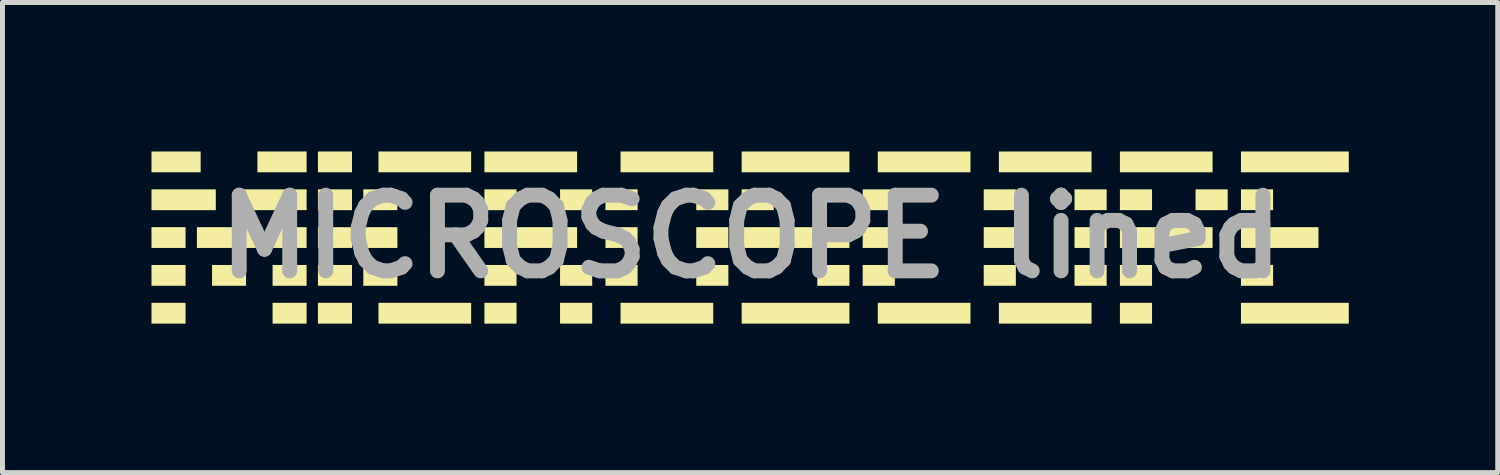
<source format=kicad_pcb>
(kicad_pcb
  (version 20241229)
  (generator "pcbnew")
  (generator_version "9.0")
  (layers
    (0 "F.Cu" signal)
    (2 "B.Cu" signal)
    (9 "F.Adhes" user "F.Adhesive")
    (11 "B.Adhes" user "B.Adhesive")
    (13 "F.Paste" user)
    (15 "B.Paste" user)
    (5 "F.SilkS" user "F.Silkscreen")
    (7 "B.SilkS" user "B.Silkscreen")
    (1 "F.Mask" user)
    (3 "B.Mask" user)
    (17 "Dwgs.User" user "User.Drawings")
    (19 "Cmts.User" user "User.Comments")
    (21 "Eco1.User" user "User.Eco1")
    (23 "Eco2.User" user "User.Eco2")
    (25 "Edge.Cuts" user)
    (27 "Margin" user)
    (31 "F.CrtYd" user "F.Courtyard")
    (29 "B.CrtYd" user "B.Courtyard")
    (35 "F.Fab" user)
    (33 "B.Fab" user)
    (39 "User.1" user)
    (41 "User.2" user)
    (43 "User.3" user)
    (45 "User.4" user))
  (footprint "MICROSCOPE lined"
    (layer "F.Cu")
    (at 12.072 1.714)
    (property "Reference" "MICROSCOPE lined" (at 0 0 0) (layer "F.Fab") (effects (font (size 1.524 1.524) (thickness 0.3))))
    (attr board_only exclude_from_pos_files exclude_from_bom)
    (fp_poly (pts (xy -11.386 0.228) (xy -12.072 0.228) (xy -12.072 -0.19) (xy -11.386 -0.19)) (stroke (width 0) (type solid)) (fill yes) (layer "F.SilkS"))
    (fp_poly (pts (xy -11.386 0.99) (xy -12.072 0.99) (xy -12.072 0.571) (xy -11.386 0.571)) (stroke (width 0) (type solid)) (fill yes) (layer "F.SilkS"))
    (fp_poly (pts (xy -11.386 1.752) (xy -12.072 1.752) (xy -12.072 1.333) (xy -11.386 1.333)) (stroke (width 0) (type solid)) (fill yes) (layer "F.SilkS"))
    (fp_poly (pts (xy -11.082 -1.295) (xy -12.072 -1.295) (xy -12.072 -1.714) (xy -11.082 -1.714)) (stroke (width 0) (type solid)) (fill yes) (layer "F.SilkS"))
    (fp_poly (pts (xy -10.777 -0.533) (xy -12.072 -0.533) (xy -12.072 -0.952) (xy -10.777 -0.952)) (stroke (width 0) (type solid)) (fill yes) (layer "F.SilkS"))
    (fp_poly (pts (xy -10.168 0.99) (xy -10.853 0.99) (xy -10.853 0.571) (xy -10.168 0.571)) (stroke (width 0) (type solid)) (fill yes) (layer "F.SilkS"))
    (fp_poly (pts (xy -9.863 0.228) (xy -11.158 0.228) (xy -11.158 -0.19) (xy -9.863 -0.19)) (stroke (width 0) (type solid)) (fill yes) (layer "F.SilkS"))
    (fp_poly (pts (xy -8.949 -1.295) (xy -9.939 -1.295) (xy -9.939 -1.714) (xy -8.949 -1.714)) (stroke (width 0) (type solid)) (fill yes) (layer "F.SilkS"))
    (fp_poly (pts (xy -8.949 -0.533) (xy -10.244 -0.533) (xy -10.244 -0.952) (xy -8.949 -0.952)) (stroke (width 0) (type solid)) (fill yes) (layer "F.SilkS"))
    (fp_poly (pts (xy -8.949 0.228) (xy -9.634 0.228) (xy -9.634 -0.19) (xy -8.949 -0.19)) (stroke (width 0) (type solid)) (fill yes) (layer "F.SilkS"))
    (fp_poly (pts (xy -8.949 0.99) (xy -9.634 0.99) (xy -9.634 0.571) (xy -8.949 0.571)) (stroke (width 0) (type solid)) (fill yes) (layer "F.SilkS"))
    (fp_poly (pts (xy -8.949 1.752) (xy -9.634 1.752) (xy -9.634 1.333) (xy -8.949 1.333)) (stroke (width 0) (type solid)) (fill yes) (layer "F.SilkS"))
    (fp_poly (pts (xy -8.035 -1.295) (xy -8.721 -1.295) (xy -8.721 -1.714) (xy -8.035 -1.714)) (stroke (width 0) (type solid)) (fill yes) (layer "F.SilkS"))
    (fp_poly (pts (xy -8.035 -0.533) (xy -8.721 -0.533) (xy -8.721 -0.952) (xy -8.035 -0.952)) (stroke (width 0) (type solid)) (fill yes) (layer "F.SilkS"))
    (fp_poly (pts (xy -8.035 0.228) (xy -8.721 0.228) (xy -8.721 -0.19) (xy -8.035 -0.19)) (stroke (width 0) (type solid)) (fill yes) (layer "F.SilkS"))
    (fp_poly (pts (xy -8.035 0.99) (xy -8.721 0.99) (xy -8.721 0.571) (xy -8.035 0.571)) (stroke (width 0) (type solid)) (fill yes) (layer "F.SilkS"))
    (fp_poly (pts (xy -8.035 1.752) (xy -8.721 1.752) (xy -8.721 1.333) (xy -8.035 1.333)) (stroke (width 0) (type solid)) (fill yes) (layer "F.SilkS"))
    (fp_poly (pts (xy -7.121 -0.533) (xy -7.807 -0.533) (xy -7.807 -0.952) (xy -7.121 -0.952)) (stroke (width 0) (type solid)) (fill yes) (layer "F.SilkS"))
    (fp_poly (pts (xy -7.121 0.228) (xy -7.807 0.228) (xy -7.807 -0.19) (xy -7.121 -0.19)) (stroke (width 0) (type solid)) (fill yes) (layer "F.SilkS"))
    (fp_poly (pts (xy -7.121 0.99) (xy -7.807 0.99) (xy -7.807 0.571) (xy -7.121 0.571)) (stroke (width 0) (type solid)) (fill yes) (layer "F.SilkS"))
    (fp_poly (pts (xy -5.636 -1.295) (xy -7.502 -1.295) (xy -7.502 -1.714) (xy -5.636 -1.714)) (stroke (width 0) (type solid)) (fill yes) (layer "F.SilkS"))
    (fp_poly (pts (xy -5.636 1.752) (xy -7.502 1.752) (xy -7.502 1.333) (xy -5.636 1.333)) (stroke (width 0) (type solid)) (fill yes) (layer "F.SilkS"))
    (fp_poly (pts (xy -4.722 -0.533) (xy -5.369 -0.533) (xy -5.369 -0.952) (xy -4.722 -0.952)) (stroke (width 0) (type solid)) (fill yes) (layer "F.SilkS"))
    (fp_poly (pts (xy -4.722 0.99) (xy -5.369 0.99) (xy -5.369 0.571) (xy -4.722 0.571)) (stroke (width 0) (type solid)) (fill yes) (layer "F.SilkS"))
    (fp_poly (pts (xy -4.722 1.752) (xy -5.369 1.752) (xy -5.369 1.333) (xy -4.722 1.333)) (stroke (width 0) (type solid)) (fill yes) (layer "F.SilkS"))
    (fp_poly (pts (xy -3.503 -1.295) (xy -5.369 -1.295) (xy -5.369 -1.714) (xy -3.503 -1.714)) (stroke (width 0) (type solid)) (fill yes) (layer "F.SilkS"))
    (fp_poly (pts (xy -3.503 0.228) (xy -5.369 0.228) (xy -5.369 -0.19) (xy -3.503 -0.19)) (stroke (width 0) (type solid)) (fill yes) (layer "F.SilkS"))
    (fp_poly (pts (xy -3.199 -0.533) (xy -3.846 -0.533) (xy -3.846 -0.952) (xy -3.199 -0.952)) (stroke (width 0) (type solid)) (fill yes) (layer "F.SilkS"))
    (fp_poly (pts (xy -3.199 0.99) (xy -3.846 0.99) (xy -3.846 0.571) (xy -3.199 0.571)) (stroke (width 0) (type solid)) (fill yes) (layer "F.SilkS"))
    (fp_poly (pts (xy -3.199 1.752) (xy -3.846 1.752) (xy -3.846 1.333) (xy -3.199 1.333)) (stroke (width 0) (type solid)) (fill yes) (layer "F.SilkS"))
    (fp_poly (pts (xy -2.285 -0.533) (xy -2.932 -0.533) (xy -2.932 -0.952) (xy -2.285 -0.952)) (stroke (width 0) (type solid)) (fill yes) (layer "F.SilkS"))
    (fp_poly (pts (xy -2.285 0.228) (xy -2.932 0.228) (xy -2.932 -0.19) (xy -2.285 -0.19)) (stroke (width 0) (type solid)) (fill yes) (layer "F.SilkS"))
    (fp_poly (pts (xy -2.285 0.99) (xy -2.932 0.99) (xy -2.932 0.571) (xy -2.285 0.571)) (stroke (width 0) (type solid)) (fill yes) (layer "F.SilkS"))
    (fp_poly (pts (xy -0.762 -1.295) (xy -2.628 -1.295) (xy -2.628 -1.714) (xy -0.762 -1.714)) (stroke (width 0) (type solid)) (fill yes) (layer "F.SilkS"))
    (fp_poly (pts (xy -0.762 1.752) (xy -2.628 1.752) (xy -2.628 1.333) (xy -0.762 1.333)) (stroke (width 0) (type solid)) (fill yes) (layer "F.SilkS"))
    (fp_poly (pts (xy -0.457 -0.533) (xy -1.104 -0.533) (xy -1.104 -0.952) (xy -0.457 -0.952)) (stroke (width 0) (type solid)) (fill yes) (layer "F.SilkS"))
    (fp_poly (pts (xy -0.457 0.228) (xy -1.104 0.228) (xy -1.104 -0.19) (xy -0.457 -0.19)) (stroke (width 0) (type solid)) (fill yes) (layer "F.SilkS"))
    (fp_poly (pts (xy -0.457 0.99) (xy -1.104 0.99) (xy -1.104 0.571) (xy -0.457 0.571)) (stroke (width 0) (type solid)) (fill yes) (layer "F.SilkS"))
    (fp_poly (pts (xy 0.457 -0.533) (xy -0.19 -0.533) (xy -0.19 -0.952) (xy 0.457 -0.952)) (stroke (width 0) (type solid)) (fill yes) (layer "F.SilkS"))
    (fp_poly (pts (xy 1.98 -1.295) (xy -0.19 -1.295) (xy -0.19 -1.714) (xy 1.98 -1.714)) (stroke (width 0) (type solid)) (fill yes) (layer "F.SilkS"))
    (fp_poly (pts (xy 1.98 0.228) (xy -0.19 0.228) (xy -0.19 -0.19) (xy 1.98 -0.19)) (stroke (width 0) (type solid)) (fill yes) (layer "F.SilkS"))
    (fp_poly (pts (xy 1.98 0.99) (xy 1.333 0.99) (xy 1.333 0.571) (xy 1.98 0.571)) (stroke (width 0) (type solid)) (fill yes) (layer "F.SilkS"))
    (fp_poly (pts (xy 1.98 1.752) (xy -0.19 1.752) (xy -0.19 1.333) (xy 1.98 1.333)) (stroke (width 0) (type solid)) (fill yes) (layer "F.SilkS"))
    (fp_poly (pts (xy 2.894 -0.533) (xy 2.247 -0.533) (xy 2.247 -0.952) (xy 2.894 -0.952)) (stroke (width 0) (type solid)) (fill yes) (layer "F.SilkS"))
    (fp_poly (pts (xy 2.894 0.228) (xy 2.247 0.228) (xy 2.247 -0.19) (xy 2.894 -0.19)) (stroke (width 0) (type solid)) (fill yes) (layer "F.SilkS"))
    (fp_poly (pts (xy 2.894 0.99) (xy 2.247 0.99) (xy 2.247 0.571) (xy 2.894 0.571)) (stroke (width 0) (type solid)) (fill yes) (layer "F.SilkS"))
    (fp_poly (pts (xy 4.417 -1.295) (xy 2.551 -1.295) (xy 2.551 -1.714) (xy 4.417 -1.714)) (stroke (width 0) (type solid)) (fill yes) (layer "F.SilkS"))
    (fp_poly (pts (xy 4.417 1.752) (xy 2.551 1.752) (xy 2.551 1.333) (xy 4.417 1.333)) (stroke (width 0) (type solid)) (fill yes) (layer "F.SilkS"))
    (fp_poly (pts (xy 5.331 -0.533) (xy 4.684 -0.533) (xy 4.684 -0.952) (xy 5.331 -0.952)) (stroke (width 0) (type solid)) (fill yes) (layer "F.SilkS"))
    (fp_poly (pts (xy 5.331 0.228) (xy 4.684 0.228) (xy 4.684 -0.19) (xy 5.331 -0.19)) (stroke (width 0) (type solid)) (fill yes) (layer "F.SilkS"))
    (fp_poly (pts (xy 5.331 0.99) (xy 4.684 0.99) (xy 4.684 0.571) (xy 5.331 0.571)) (stroke (width 0) (type solid)) (fill yes) (layer "F.SilkS"))
    (fp_poly (pts (xy 6.855 -1.295) (xy 4.989 -1.295) (xy 4.989 -1.714) (xy 6.855 -1.714)) (stroke (width 0) (type solid)) (fill yes) (layer "F.SilkS"))
    (fp_poly (pts (xy 6.855 1.752) (xy 4.989 1.752) (xy 4.989 1.333) (xy 6.855 1.333)) (stroke (width 0) (type solid)) (fill yes) (layer "F.SilkS"))
    (fp_poly (pts (xy 7.159 -0.533) (xy 6.512 -0.533) (xy 6.512 -0.952) (xy 7.159 -0.952)) (stroke (width 0) (type solid)) (fill yes) (layer "F.SilkS"))
    (fp_poly (pts (xy 7.159 0.228) (xy 6.512 0.228) (xy 6.512 -0.19) (xy 7.159 -0.19)) (stroke (width 0) (type solid)) (fill yes) (layer "F.SilkS"))
    (fp_poly (pts (xy 7.159 0.99) (xy 6.512 0.99) (xy 6.512 0.571) (xy 7.159 0.571)) (stroke (width 0) (type solid)) (fill yes) (layer "F.SilkS"))
    (fp_poly (pts (xy 8.073 -0.533) (xy 7.426 -0.533) (xy 7.426 -0.952) (xy 8.073 -0.952)) (stroke (width 0) (type solid)) (fill yes) (layer "F.SilkS"))
    (fp_poly (pts (xy 8.073 0.99) (xy 7.426 0.99) (xy 7.426 0.571) (xy 8.073 0.571)) (stroke (width 0) (type solid)) (fill yes) (layer "F.SilkS"))
    (fp_poly (pts (xy 8.073 1.752) (xy 7.426 1.752) (xy 7.426 1.333) (xy 8.073 1.333)) (stroke (width 0) (type solid)) (fill yes) (layer "F.SilkS"))
    (fp_poly (pts (xy 9.292 -1.295) (xy 7.426 -1.295) (xy 7.426 -1.714) (xy 9.292 -1.714)) (stroke (width 0) (type solid)) (fill yes) (layer "F.SilkS"))
    (fp_poly (pts (xy 9.292 0.228) (xy 7.426 0.228) (xy 7.426 -0.19) (xy 9.292 -0.19)) (stroke (width 0) (type solid)) (fill yes) (layer "F.SilkS"))
    (fp_poly (pts (xy 9.596 -0.533) (xy 8.949 -0.533) (xy 8.949 -0.952) (xy 9.596 -0.952)) (stroke (width 0) (type solid)) (fill yes) (layer "F.SilkS"))
    (fp_poly (pts (xy 10.51 -0.533) (xy 9.863 -0.533) (xy 9.863 -0.952) (xy 10.51 -0.952)) (stroke (width 0) (type solid)) (fill yes) (layer "F.SilkS"))
    (fp_poly (pts (xy 10.51 0.99) (xy 9.863 0.99) (xy 9.863 0.571) (xy 10.51 0.571)) (stroke (width 0) (type solid)) (fill yes) (layer "F.SilkS"))
    (fp_poly (pts (xy 11.424 0.228) (xy 9.863 0.228) (xy 9.863 -0.19) (xy 11.424 -0.19)) (stroke (width 0) (type solid)) (fill yes) (layer "F.SilkS"))
    (fp_poly (pts (xy 12.034 -1.295) (xy 9.863 -1.295) (xy 9.863 -1.714) (xy 12.034 -1.714)) (stroke (width 0) (type solid)) (fill yes) (layer "F.SilkS"))
    (fp_poly (pts (xy 12.034 1.752) (xy 9.863 1.752) (xy 9.863 1.333) (xy 12.034 1.333)) (stroke (width 0) (type solid)) (fill yes) (layer "F.SilkS")))
  (gr_rect
    (start -3 -3)
    (end 27.105 6.465)
    (stroke (width 0.1) (type default))
    (fill no)
    (layer "Edge.Cuts")))
</source>
